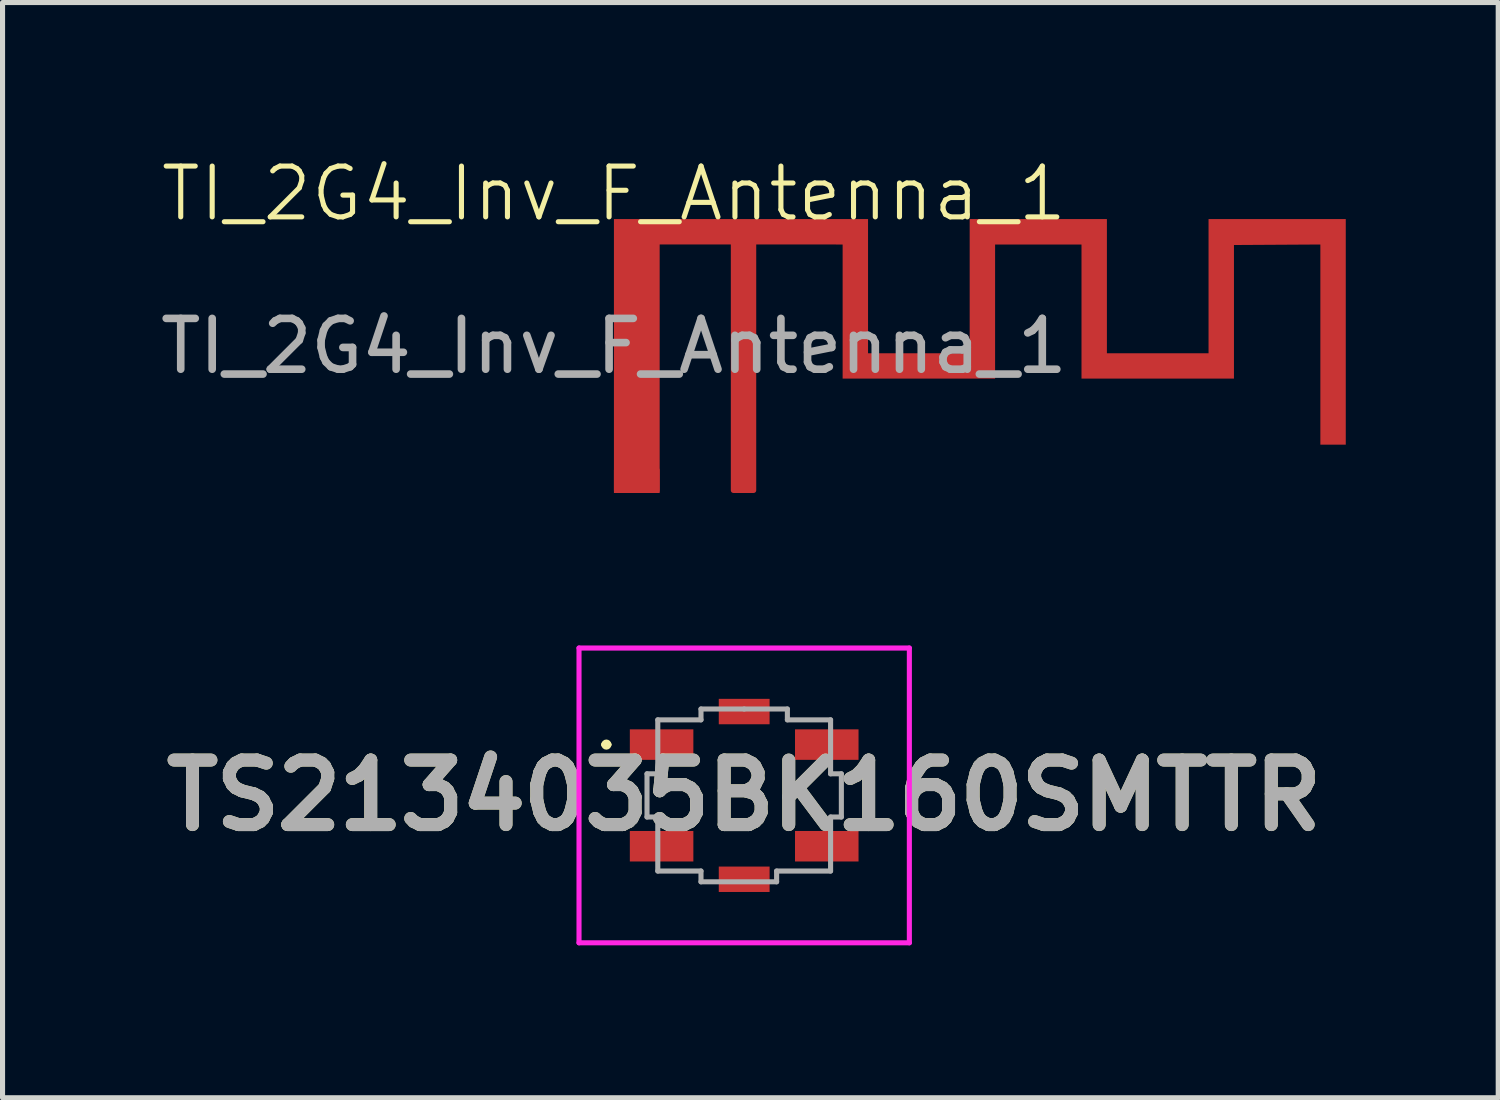
<source format=kicad_pcb>
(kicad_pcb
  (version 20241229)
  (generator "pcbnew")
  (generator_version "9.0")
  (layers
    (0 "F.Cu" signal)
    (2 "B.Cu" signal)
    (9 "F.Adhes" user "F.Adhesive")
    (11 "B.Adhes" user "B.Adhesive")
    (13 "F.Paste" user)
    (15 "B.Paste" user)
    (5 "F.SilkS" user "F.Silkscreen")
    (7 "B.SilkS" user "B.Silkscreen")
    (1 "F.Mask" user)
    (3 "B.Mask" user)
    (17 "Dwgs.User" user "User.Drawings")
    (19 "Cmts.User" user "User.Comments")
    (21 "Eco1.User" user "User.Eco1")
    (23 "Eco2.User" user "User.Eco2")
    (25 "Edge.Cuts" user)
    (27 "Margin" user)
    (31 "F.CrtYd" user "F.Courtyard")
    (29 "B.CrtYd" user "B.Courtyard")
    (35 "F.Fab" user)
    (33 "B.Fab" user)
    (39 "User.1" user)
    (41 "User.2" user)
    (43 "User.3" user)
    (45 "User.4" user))
  (footprint "TI_2G4_Inv_F_Antenna_1"
    (layer "F.Cu")
    (at 9.03 1.26)
    (property "Reference" "TI_2G4_Inv_F_Antenna_1" (at 0 -0.5 0) (unlocked yes) (layer "F.SilkS") (effects (font (size 1 1) (thickness 0.1))))
    (attr smd)
    (fp_text user "${REFERENCE}" (at 0 2.5 0) (unlocked yes) (layer "F.Fab") (effects (font (size 1 1) (thickness 0.15))))
    (pad "1" smd roundrect (at 0.45 5.14) (size 0.9 0.5) (layers "F.Cu" "F.Mask" "F.Paste") (roundrect_rratio 0.1))
    (pad "2" smd custom (at 2.55 5.14) (size 0.5 0.5) (layers "F.Cu") (options (anchor circle)) (primitives (gr_poly (pts (xy -0.25 -0.2) (xy -0.246 -0.219) (xy -0.235 -0.235) (xy -0.219 -0.246) (xy -0.2 -0.25) (xy 0.2 -0.25) (xy 0.219 -0.246) (xy 0.235 -0.235) (xy 0.246 -0.219) (xy 0.25 -0.2) (xy 0.25 0.2) (xy 0.246 0.219) (xy 0.235 0.235) (xy 0.219 0.246) (xy 0.2 0.25) (xy -0.2 0.25) (xy -0.219 0.246) (xy -0.235 0.235) (xy -0.246 0.219) (xy -0.25 0.2)) (width 0) (fill yes)) (gr_poly (pts (xy -2.55 0.25) (xy -2.55 -5.14) (xy 2.45 -5.14) (xy 2.45 -2.499) (xy 4.45 -2.499) (xy 4.45 -5.14) (xy 7.15 -5.14) (xy 7.15 -2.499) (xy 9.15 -2.499) (xy 9.15 -5.14) (xy 11.85 -5.14) (xy 11.85 -0.7) (xy 11.35 -0.7) (xy 11.35 -4.639) (xy 9.65 -4.629) (xy 9.65 -2) (xy 6.65 -2) (xy 6.65 -4.639) (xy 4.95 -4.639) (xy 4.95 -2) (xy 1.95 -2) (xy 1.95 -4.639) (xy 0.25 -4.64) (xy 0.25 -0.15) (xy -0.25 -0.15) (xy -0.25 -4.64) (xy -1.65 -4.64) (xy -1.65 0.25)) (width 0) (fill yes)))))
  (footprint "TS2134035BK160SMTTR"
    (layer "F.Cu")
    (at 11.593 12.601)
    (property "Reference" "TS2134035BK160SMTTR" (at 0 0 0) (layer "F.SilkS") (effects (font (size 1.27 1.27) (thickness 0.254))))
    (attr smd)
    (fp_line (start -2.762 -1) (end -2.762 -1) (stroke (width 0.1) (type solid)) (layer "F.SilkS"))
    (fp_line (start -2.662 -1) (end -2.662 -1) (stroke (width 0.1) (type solid)) (layer "F.SilkS"))
    (fp_arc (start -2.762 -1) (mid -2.712 -1.05) (end -2.662 -1) (stroke (width 0.1) (type solid)) (layer "F.SilkS"))
    (fp_arc (start -2.662 -1) (mid -2.712 -0.95) (end -2.762 -1) (stroke (width 0.1) (type solid)) (layer "F.SilkS"))
    (fp_line (start -3.25 -2.9) (end 3.25 -2.9) (stroke (width 0.1) (type solid)) (layer "F.CrtYd"))
    (fp_line (start -3.25 2.9) (end -3.25 -2.9) (stroke (width 0.1) (type solid)) (layer "F.CrtYd"))
    (fp_line (start 3.25 -2.9) (end 3.25 2.9) (stroke (width 0.1) (type solid)) (layer "F.CrtYd"))
    (fp_line (start 3.25 2.9) (end -3.25 2.9) (stroke (width 0.1) (type solid)) (layer "F.CrtYd"))
    (fp_line (start -1.912 -0.425) (end -1.912 0.425) (stroke (width 0.1) (type solid)) (layer "F.Fab"))
    (fp_line (start -1.912 0.425) (end -1.7 0.425) (stroke (width 0.1) (type solid)) (layer "F.Fab"))
    (fp_line (start -1.7 -1.487) (end -1.7 -0.425) (stroke (width 0.1) (type solid)) (layer "F.Fab"))
    (fp_line (start -1.7 -0.425) (end -1.912 -0.425) (stroke (width 0.1) (type solid)) (layer "F.Fab"))
    (fp_line (start -1.7 0.425) (end -1.7 1.488) (stroke (width 0.1) (type solid)) (layer "F.Fab"))
    (fp_line (start -1.7 1.488) (end -0.85 1.488) (stroke (width 0.1) (type solid)) (layer "F.Fab"))
    (fp_line (start -0.85 -1.7) (end -0.85 -1.487) (stroke (width 0.1) (type solid)) (layer "F.Fab"))
    (fp_line (start -0.85 -1.487) (end -1.7 -1.487) (stroke (width 0.1) (type solid)) (layer "F.Fab"))
    (fp_line (start -0.85 1.488) (end -0.85 1.7) (stroke (width 0.1) (type solid)) (layer "F.Fab"))
    (fp_line (start -0.85 1.7) (end 0.638 1.7) (stroke (width 0.1) (type solid)) (layer "F.Fab"))
    (fp_line (start 0 -1.7) (end -0.85 -1.7) (stroke (width 0.1) (type solid)) (layer "F.Fab"))
    (fp_line (start 0.638 1.488) (end 1.7 1.488) (stroke (width 0.1) (type solid)) (layer "F.Fab"))
    (fp_line (start 0.638 1.7) (end 0.638 1.488) (stroke (width 0.1) (type solid)) (layer "F.Fab"))
    (fp_line (start 0.85 -1.7) (end 0 -1.7) (stroke (width 0.1) (type solid)) (layer "F.Fab"))
    (fp_line (start 0.85 -1.487) (end 0.85 -1.7) (stroke (width 0.1) (type solid)) (layer "F.Fab"))
    (fp_line (start 1.7 -1.487) (end 0.85 -1.487) (stroke (width 0.1) (type solid)) (layer "F.Fab"))
    (fp_line (start 1.7 -0.425) (end 1.7 -1.487) (stroke (width 0.1) (type solid)) (layer "F.Fab"))
    (fp_line (start 1.7 0.425) (end 1.912 0.425) (stroke (width 0.1) (type solid)) (layer "F.Fab"))
    (fp_line (start 1.7 1.488) (end 1.7 0.425) (stroke (width 0.1) (type solid)) (layer "F.Fab"))
    (fp_line (start 1.912 -0.425) (end 1.7 -0.425) (stroke (width 0.1) (type solid)) (layer "F.Fab"))
    (fp_line (start 1.912 0.425) (end 1.912 -0.425) (stroke (width 0.1) (type solid)) (layer "F.Fab"))
    (fp_text user "${REFERENCE}" (at 0 0 0) (layer "F.Fab") (effects (font (size 1.27 1.27) (thickness 0.254))))
    (pad "1" smd rect (at -1.625 -1 90) (size 0.6 1.25) (layers "F.Cu" "F.Mask" "F.Paste"))
    (pad "2" smd rect (at 1.625 -1 90) (size 0.6 1.25) (layers "F.Cu" "F.Mask" "F.Paste"))
    (pad "3" smd rect (at -1.625 1 90) (size 0.6 1.25) (layers "F.Cu" "F.Mask" "F.Paste"))
    (pad "4" smd rect (at 1.625 1 90) (size 0.6 1.25) (layers "F.Cu" "F.Mask" "F.Paste"))
    (pad "MP1" smd rect (at 0 -1.65 90) (size 0.5 1) (layers "F.Cu" "F.Mask" "F.Paste"))
    (pad "MP2" smd rect (at 0 1.65 90) (size 0.5 1) (layers "F.Cu" "F.Mask" "F.Paste")))
  (gr_rect
    (start -3 -3)
    (end 26.43 18.55)
    (stroke (width 0.1) (type default))
    (fill no)
    (layer "Edge.Cuts")))
</source>
